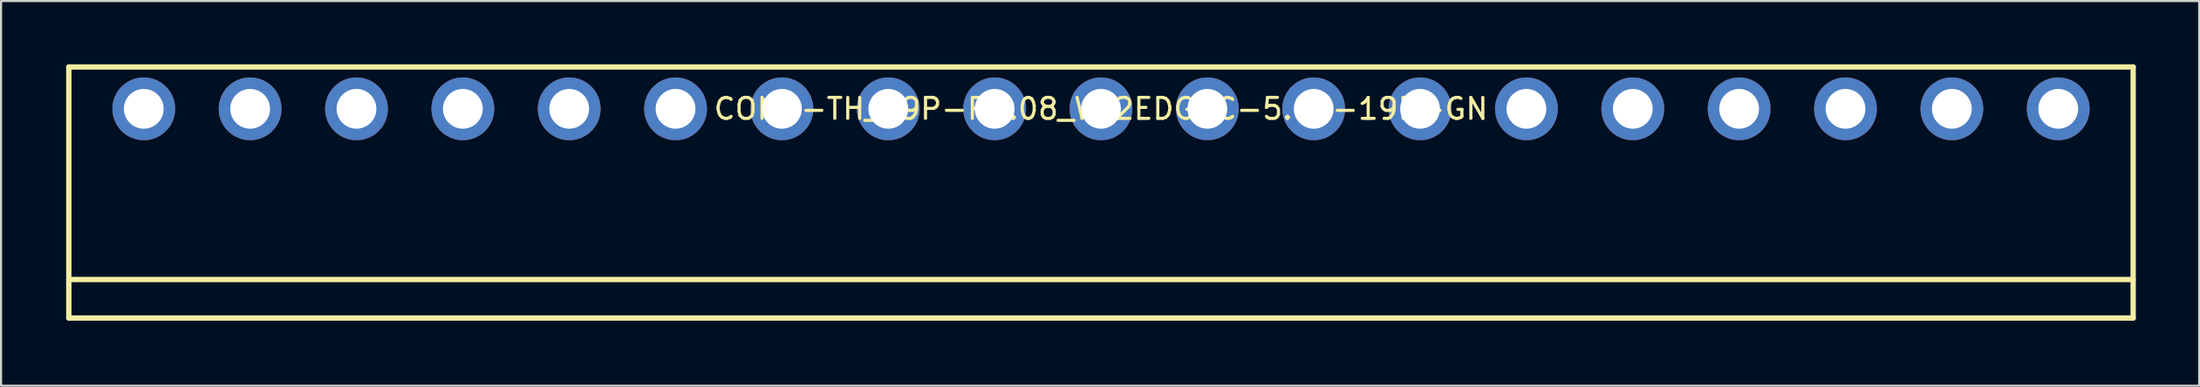
<source format=kicad_pcb>
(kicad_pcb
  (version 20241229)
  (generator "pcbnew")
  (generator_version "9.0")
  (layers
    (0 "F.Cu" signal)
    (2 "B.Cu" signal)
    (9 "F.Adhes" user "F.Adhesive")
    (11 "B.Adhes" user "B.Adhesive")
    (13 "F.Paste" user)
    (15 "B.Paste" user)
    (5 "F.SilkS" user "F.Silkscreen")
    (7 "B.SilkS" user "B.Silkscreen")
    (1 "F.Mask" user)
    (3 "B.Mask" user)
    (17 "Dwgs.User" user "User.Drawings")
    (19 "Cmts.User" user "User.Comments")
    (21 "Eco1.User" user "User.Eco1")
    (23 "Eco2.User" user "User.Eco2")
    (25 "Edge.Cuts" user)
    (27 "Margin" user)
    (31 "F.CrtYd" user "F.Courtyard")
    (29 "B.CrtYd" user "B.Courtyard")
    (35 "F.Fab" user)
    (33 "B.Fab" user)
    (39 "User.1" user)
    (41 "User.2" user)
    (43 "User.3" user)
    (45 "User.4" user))
  (footprint "CONN-TH_19P-P5.08_WJ2EDGRC-5.08-19P-GN"
    (layer "F.Cu")
    (at 49.537 2.152)
    (property "Reference" "CONN-TH_19P-P5.08_WJ2EDGRC-5.08-19P-GN" (at 0 0 0) (unlocked yes) (layer "F.SilkS") (effects (font (size 1 1) (thickness 0.15))))
    (fp_line (start -49.3 -2) (end -49.3 10) (stroke (width 0.254) (type default)) (layer "F.SilkS"))
    (fp_line (start -49.3 -2) (end 49.3 -2) (stroke (width 0.254) (type default)) (layer "F.SilkS"))
    (fp_line (start -49.3 8.159) (end 49.3 8.159) (stroke (width 0.254) (type default)) (layer "F.SilkS"))
    (fp_line (start -49.3 10) (end 49.3 10) (stroke (width 0.254) (type default)) (layer "F.SilkS"))
    (fp_line (start 49.3 -2) (end 49.3 10) (stroke (width 0.254) (type default)) (layer "F.SilkS"))
    (fp_poly (pts (xy -44.87 0) (xy -44.889 -0.177) (xy -44.943 -0.346) (xy -45.032 -0.5) (xy -45.151 -0.632) (xy -45.295 -0.736) (xy -45.457 -0.808) (xy -45.631 -0.845) (xy -45.809 -0.845) (xy -45.983 -0.808) (xy -46.145 -0.736) (xy -46.289 -0.632) (xy -46.408 -0.5) (xy -46.497 -0.346) (xy -46.551 -0.177) (xy -46.57 0) (xy -46.551 0.177) (xy -46.497 0.346) (xy -46.408 0.5) (xy -46.289 0.632) (xy -46.145 0.736) (xy -45.983 0.808) (xy -45.809 0.845) (xy -45.631 0.845) (xy -45.457 0.808) (xy -45.295 0.736) (xy -45.151 0.632) (xy -45.032 0.5) (xy -44.943 0.346) (xy -44.889 0.177)) (stroke (width 0.1) (type default)) (fill no) (layer "User.1"))
    (fp_poly (pts (xy -39.79 0) (xy -39.809 -0.177) (xy -39.863 -0.346) (xy -39.952 -0.5) (xy -40.071 -0.632) (xy -40.215 -0.736) (xy -40.377 -0.808) (xy -40.551 -0.845) (xy -40.729 -0.845) (xy -40.903 -0.808) (xy -41.065 -0.736) (xy -41.209 -0.632) (xy -41.328 -0.5) (xy -41.417 -0.346) (xy -41.471 -0.177) (xy -41.49 0) (xy -41.471 0.177) (xy -41.417 0.346) (xy -41.328 0.5) (xy -41.209 0.632) (xy -41.065 0.736) (xy -40.903 0.808) (xy -40.729 0.845) (xy -40.551 0.845) (xy -40.377 0.808) (xy -40.215 0.736) (xy -40.071 0.632) (xy -39.952 0.5) (xy -39.863 0.346) (xy -39.809 0.177)) (stroke (width 0.1) (type default)) (fill no) (layer "User.1"))
    (fp_poly (pts (xy -34.71 0) (xy -34.729 -0.177) (xy -34.783 -0.346) (xy -34.872 -0.5) (xy -34.991 -0.632) (xy -35.135 -0.736) (xy -35.297 -0.808) (xy -35.471 -0.845) (xy -35.649 -0.845) (xy -35.823 -0.808) (xy -35.985 -0.736) (xy -36.129 -0.632) (xy -36.248 -0.5) (xy -36.337 -0.346) (xy -36.391 -0.177) (xy -36.41 0) (xy -36.391 0.177) (xy -36.337 0.346) (xy -36.248 0.5) (xy -36.129 0.632) (xy -35.985 0.736) (xy -35.823 0.808) (xy -35.649 0.845) (xy -35.471 0.845) (xy -35.297 0.808) (xy -35.135 0.736) (xy -34.991 0.632) (xy -34.872 0.5) (xy -34.783 0.346) (xy -34.729 0.177)) (stroke (width 0.1) (type default)) (fill no) (layer "User.1"))
    (fp_poly (pts (xy -29.63 0) (xy -29.649 -0.177) (xy -29.703 -0.346) (xy -29.792 -0.5) (xy -29.911 -0.632) (xy -30.055 -0.736) (xy -30.217 -0.808) (xy -30.391 -0.845) (xy -30.569 -0.845) (xy -30.743 -0.808) (xy -30.905 -0.736) (xy -31.049 -0.632) (xy -31.168 -0.5) (xy -31.257 -0.346) (xy -31.311 -0.177) (xy -31.33 0) (xy -31.311 0.177) (xy -31.257 0.346) (xy -31.168 0.5) (xy -31.049 0.632) (xy -30.905 0.736) (xy -30.743 0.808) (xy -30.569 0.845) (xy -30.391 0.845) (xy -30.217 0.808) (xy -30.055 0.736) (xy -29.911 0.632) (xy -29.792 0.5) (xy -29.703 0.346) (xy -29.649 0.177)) (stroke (width 0.1) (type default)) (fill no) (layer "User.1"))
    (fp_poly (pts (xy -24.55 0) (xy -24.569 -0.177) (xy -24.623 -0.346) (xy -24.712 -0.5) (xy -24.831 -0.632) (xy -24.975 -0.736) (xy -25.137 -0.808) (xy -25.311 -0.845) (xy -25.489 -0.845) (xy -25.663 -0.808) (xy -25.825 -0.736) (xy -25.969 -0.632) (xy -26.088 -0.5) (xy -26.177 -0.346) (xy -26.231 -0.177) (xy -26.25 0) (xy -26.231 0.177) (xy -26.177 0.346) (xy -26.088 0.5) (xy -25.969 0.632) (xy -25.825 0.736) (xy -25.663 0.808) (xy -25.489 0.845) (xy -25.311 0.845) (xy -25.137 0.808) (xy -24.975 0.736) (xy -24.831 0.632) (xy -24.712 0.5) (xy -24.623 0.346) (xy -24.569 0.177)) (stroke (width 0.1) (type default)) (fill no) (layer "User.1"))
    (fp_poly (pts (xy -19.47 0) (xy -19.489 -0.177) (xy -19.543 -0.346) (xy -19.632 -0.5) (xy -19.751 -0.632) (xy -19.895 -0.736) (xy -20.057 -0.808) (xy -20.231 -0.845) (xy -20.409 -0.845) (xy -20.583 -0.808) (xy -20.745 -0.736) (xy -20.889 -0.632) (xy -21.008 -0.5) (xy -21.097 -0.346) (xy -21.151 -0.177) (xy -21.17 0) (xy -21.151 0.177) (xy -21.097 0.346) (xy -21.008 0.5) (xy -20.889 0.632) (xy -20.745 0.736) (xy -20.583 0.808) (xy -20.409 0.845) (xy -20.231 0.845) (xy -20.057 0.808) (xy -19.895 0.736) (xy -19.751 0.632) (xy -19.632 0.5) (xy -19.543 0.346) (xy -19.489 0.177)) (stroke (width 0.1) (type default)) (fill no) (layer "User.1"))
    (fp_poly (pts (xy -14.39 0) (xy -14.409 -0.177) (xy -14.463 -0.346) (xy -14.552 -0.5) (xy -14.671 -0.632) (xy -14.815 -0.736) (xy -14.977 -0.808) (xy -15.151 -0.845) (xy -15.329 -0.845) (xy -15.503 -0.808) (xy -15.665 -0.736) (xy -15.809 -0.632) (xy -15.928 -0.5) (xy -16.017 -0.346) (xy -16.071 -0.177) (xy -16.09 0) (xy -16.071 0.177) (xy -16.017 0.346) (xy -15.928 0.5) (xy -15.809 0.632) (xy -15.665 0.736) (xy -15.503 0.808) (xy -15.329 0.845) (xy -15.151 0.845) (xy -14.977 0.808) (xy -14.815 0.736) (xy -14.671 0.632) (xy -14.552 0.5) (xy -14.463 0.346) (xy -14.409 0.177)) (stroke (width 0.1) (type default)) (fill no) (layer "User.1"))
    (fp_poly (pts (xy -9.31 0) (xy -9.329 -0.177) (xy -9.383 -0.346) (xy -9.472 -0.5) (xy -9.591 -0.632) (xy -9.735 -0.736) (xy -9.897 -0.808) (xy -10.071 -0.845) (xy -10.249 -0.845) (xy -10.423 -0.808) (xy -10.585 -0.736) (xy -10.729 -0.632) (xy -10.848 -0.5) (xy -10.937 -0.346) (xy -10.991 -0.177) (xy -11.01 0) (xy -10.991 0.177) (xy -10.937 0.346) (xy -10.848 0.5) (xy -10.729 0.632) (xy -10.585 0.736) (xy -10.423 0.808) (xy -10.249 0.845) (xy -10.071 0.845) (xy -9.897 0.808) (xy -9.735 0.736) (xy -9.591 0.632) (xy -9.472 0.5) (xy -9.383 0.346) (xy -9.329 0.177)) (stroke (width 0.1) (type default)) (fill no) (layer "User.1"))
    (fp_poly (pts (xy -4.23 0) (xy -4.249 -0.177) (xy -4.303 -0.346) (xy -4.392 -0.5) (xy -4.511 -0.632) (xy -4.655 -0.736) (xy -4.817 -0.808) (xy -4.991 -0.845) (xy -5.169 -0.845) (xy -5.343 -0.808) (xy -5.505 -0.736) (xy -5.649 -0.632) (xy -5.768 -0.5) (xy -5.857 -0.346) (xy -5.911 -0.177) (xy -5.93 0) (xy -5.911 0.177) (xy -5.857 0.346) (xy -5.768 0.5) (xy -5.649 0.632) (xy -5.505 0.736) (xy -5.343 0.808) (xy -5.169 0.845) (xy -4.991 0.845) (xy -4.817 0.808) (xy -4.655 0.736) (xy -4.511 0.632) (xy -4.392 0.5) (xy -4.303 0.346) (xy -4.249 0.177)) (stroke (width 0.1) (type default)) (fill no) (layer "User.1"))
    (fp_poly (pts (xy 0.85 0) (xy 0.831 -0.177) (xy 0.777 -0.346) (xy 0.688 -0.5) (xy 0.569 -0.632) (xy 0.425 -0.736) (xy 0.263 -0.808) (xy 0.089 -0.845) (xy -0.089 -0.845) (xy -0.263 -0.808) (xy -0.425 -0.736) (xy -0.569 -0.632) (xy -0.688 -0.5) (xy -0.777 -0.346) (xy -0.831 -0.177) (xy -0.85 0) (xy -0.831 0.177) (xy -0.777 0.346) (xy -0.688 0.5) (xy -0.569 0.632) (xy -0.425 0.736) (xy -0.263 0.808) (xy -0.089 0.845) (xy 0.089 0.845) (xy 0.263 0.808) (xy 0.425 0.736) (xy 0.569 0.632) (xy 0.688 0.5) (xy 0.777 0.346) (xy 0.831 0.177)) (stroke (width 0.1) (type default)) (fill no) (layer "User.1"))
    (fp_poly (pts (xy 5.93 0) (xy 5.911 -0.177) (xy 5.857 -0.346) (xy 5.768 -0.5) (xy 5.649 -0.632) (xy 5.505 -0.736) (xy 5.343 -0.808) (xy 5.169 -0.845) (xy 4.991 -0.845) (xy 4.817 -0.808) (xy 4.655 -0.736) (xy 4.511 -0.632) (xy 4.392 -0.5) (xy 4.303 -0.346) (xy 4.249 -0.177) (xy 4.23 0) (xy 4.249 0.177) (xy 4.303 0.346) (xy 4.392 0.5) (xy 4.511 0.632) (xy 4.655 0.736) (xy 4.817 0.808) (xy 4.991 0.845) (xy 5.169 0.845) (xy 5.343 0.808) (xy 5.505 0.736) (xy 5.649 0.632) (xy 5.768 0.5) (xy 5.857 0.346) (xy 5.911 0.177)) (stroke (width 0.1) (type default)) (fill no) (layer "User.1"))
    (fp_poly (pts (xy 11.01 0) (xy 10.991 -0.177) (xy 10.937 -0.346) (xy 10.848 -0.5) (xy 10.729 -0.632) (xy 10.585 -0.736) (xy 10.423 -0.808) (xy 10.249 -0.845) (xy 10.071 -0.845) (xy 9.897 -0.808) (xy 9.735 -0.736) (xy 9.591 -0.632) (xy 9.472 -0.5) (xy 9.383 -0.346) (xy 9.329 -0.177) (xy 9.31 0) (xy 9.329 0.177) (xy 9.383 0.346) (xy 9.472 0.5) (xy 9.591 0.632) (xy 9.735 0.736) (xy 9.897 0.808) (xy 10.071 0.845) (xy 10.249 0.845) (xy 10.423 0.808) (xy 10.585 0.736) (xy 10.729 0.632) (xy 10.848 0.5) (xy 10.937 0.346) (xy 10.991 0.177)) (stroke (width 0.1) (type default)) (fill no) (layer "User.1"))
    (fp_poly (pts (xy 16.09 0) (xy 16.071 -0.177) (xy 16.017 -0.346) (xy 15.928 -0.5) (xy 15.809 -0.632) (xy 15.665 -0.736) (xy 15.503 -0.808) (xy 15.329 -0.845) (xy 15.151 -0.845) (xy 14.977 -0.808) (xy 14.815 -0.736) (xy 14.671 -0.632) (xy 14.552 -0.5) (xy 14.463 -0.346) (xy 14.409 -0.177) (xy 14.39 0) (xy 14.409 0.177) (xy 14.463 0.346) (xy 14.552 0.5) (xy 14.671 0.632) (xy 14.815 0.736) (xy 14.977 0.808) (xy 15.151 0.845) (xy 15.329 0.845) (xy 15.503 0.808) (xy 15.665 0.736) (xy 15.809 0.632) (xy 15.928 0.5) (xy 16.017 0.346) (xy 16.071 0.177)) (stroke (width 0.1) (type default)) (fill no) (layer "User.1"))
    (fp_poly (pts (xy 21.17 0) (xy 21.151 -0.177) (xy 21.097 -0.346) (xy 21.008 -0.5) (xy 20.889 -0.632) (xy 20.745 -0.736) (xy 20.583 -0.808) (xy 20.409 -0.845) (xy 20.231 -0.845) (xy 20.057 -0.808) (xy 19.895 -0.736) (xy 19.751 -0.632) (xy 19.632 -0.5) (xy 19.543 -0.346) (xy 19.489 -0.177) (xy 19.47 0) (xy 19.489 0.177) (xy 19.543 0.346) (xy 19.632 0.5) (xy 19.751 0.632) (xy 19.895 0.736) (xy 20.057 0.808) (xy 20.231 0.845) (xy 20.409 0.845) (xy 20.583 0.808) (xy 20.745 0.736) (xy 20.889 0.632) (xy 21.008 0.5) (xy 21.097 0.346) (xy 21.151 0.177)) (stroke (width 0.1) (type default)) (fill no) (layer "User.1"))
    (fp_poly (pts (xy 26.25 0) (xy 26.231 -0.177) (xy 26.177 -0.346) (xy 26.088 -0.5) (xy 25.969 -0.632) (xy 25.825 -0.736) (xy 25.663 -0.808) (xy 25.489 -0.845) (xy 25.311 -0.845) (xy 25.137 -0.808) (xy 24.975 -0.736) (xy 24.831 -0.632) (xy 24.712 -0.5) (xy 24.623 -0.346) (xy 24.569 -0.177) (xy 24.55 0) (xy 24.569 0.177) (xy 24.623 0.346) (xy 24.712 0.5) (xy 24.831 0.632) (xy 24.975 0.736) (xy 25.137 0.808) (xy 25.311 0.845) (xy 25.489 0.845) (xy 25.663 0.808) (xy 25.825 0.736) (xy 25.969 0.632) (xy 26.088 0.5) (xy 26.177 0.346) (xy 26.231 0.177)) (stroke (width 0.1) (type default)) (fill no) (layer "User.1"))
    (fp_poly (pts (xy 31.33 0) (xy 31.311 -0.177) (xy 31.257 -0.346) (xy 31.168 -0.5) (xy 31.049 -0.632) (xy 30.905 -0.736) (xy 30.743 -0.808) (xy 30.569 -0.845) (xy 30.391 -0.845) (xy 30.217 -0.808) (xy 30.055 -0.736) (xy 29.911 -0.632) (xy 29.792 -0.5) (xy 29.703 -0.346) (xy 29.649 -0.177) (xy 29.63 0) (xy 29.649 0.177) (xy 29.703 0.346) (xy 29.792 0.5) (xy 29.911 0.632) (xy 30.055 0.736) (xy 30.217 0.808) (xy 30.391 0.845) (xy 30.569 0.845) (xy 30.743 0.808) (xy 30.905 0.736) (xy 31.049 0.632) (xy 31.168 0.5) (xy 31.257 0.346) (xy 31.311 0.177)) (stroke (width 0.1) (type default)) (fill no) (layer "User.1"))
    (fp_poly (pts (xy 36.41 0) (xy 36.391 -0.177) (xy 36.337 -0.346) (xy 36.248 -0.5) (xy 36.129 -0.632) (xy 35.985 -0.736) (xy 35.823 -0.808) (xy 35.649 -0.845) (xy 35.471 -0.845) (xy 35.297 -0.808) (xy 35.135 -0.736) (xy 34.991 -0.632) (xy 34.872 -0.5) (xy 34.783 -0.346) (xy 34.729 -0.177) (xy 34.71 0) (xy 34.729 0.177) (xy 34.783 0.346) (xy 34.872 0.5) (xy 34.991 0.632) (xy 35.135 0.736) (xy 35.297 0.808) (xy 35.471 0.845) (xy 35.649 0.845) (xy 35.823 0.808) (xy 35.985 0.736) (xy 36.129 0.632) (xy 36.248 0.5) (xy 36.337 0.346) (xy 36.391 0.177)) (stroke (width 0.1) (type default)) (fill no) (layer "User.1"))
    (fp_poly (pts (xy 41.49 0) (xy 41.471 -0.177) (xy 41.417 -0.346) (xy 41.328 -0.5) (xy 41.209 -0.632) (xy 41.065 -0.736) (xy 40.903 -0.808) (xy 40.729 -0.845) (xy 40.551 -0.845) (xy 40.377 -0.808) (xy 40.215 -0.736) (xy 40.071 -0.632) (xy 39.952 -0.5) (xy 39.863 -0.346) (xy 39.809 -0.177) (xy 39.79 0) (xy 39.809 0.177) (xy 39.863 0.346) (xy 39.952 0.5) (xy 40.071 0.632) (xy 40.215 0.736) (xy 40.377 0.808) (xy 40.551 0.845) (xy 40.729 0.845) (xy 40.903 0.808) (xy 41.065 0.736) (xy 41.209 0.632) (xy 41.328 0.5) (xy 41.417 0.346) (xy 41.471 0.177)) (stroke (width 0.1) (type default)) (fill no) (layer "User.1"))
    (fp_poly (pts (xy 46.57 0) (xy 46.551 -0.177) (xy 46.497 -0.346) (xy 46.408 -0.5) (xy 46.289 -0.632) (xy 46.145 -0.736) (xy 45.983 -0.808) (xy 45.809 -0.845) (xy 45.631 -0.845) (xy 45.457 -0.808) (xy 45.295 -0.736) (xy 45.151 -0.632) (xy 45.032 -0.5) (xy 44.943 -0.346) (xy 44.889 -0.177) (xy 44.87 0) (xy 44.889 0.177) (xy 44.943 0.346) (xy 45.032 0.5) (xy 45.151 0.632) (xy 45.295 0.736) (xy 45.457 0.808) (xy 45.631 0.845) (xy 45.809 0.845) (xy 45.983 0.808) (xy 46.145 0.736) (xy 46.289 0.632) (xy 46.408 0.5) (xy 46.497 0.346) (xy 46.551 0.177)) (stroke (width 0.1) (type default)) (fill no) (layer "User.1"))
    (fp_line (start -49.427 -2.127) (end 49.427 -2.127) (stroke (width 0.051) (type default)) (layer "User.2"))
    (fp_line (start -49.427 10.127) (end -49.427 -2.127) (stroke (width 0.051) (type default)) (layer "User.2"))
    (fp_line (start 49.427 -2.127) (end 49.427 10.127) (stroke (width 0.051) (type default)) (layer "User.2"))
    (fp_line (start 49.427 10.127) (end -49.427 10.127) (stroke (width 0.051) (type default)) (layer "User.2"))
    (fp_poly (pts (xy -49.367 10.127) (xy -49.385 10.085) (xy -49.427 10.067) (xy -49.469 10.085) (xy -49.487 10.127) (xy -49.469 10.169) (xy -49.427 10.187) (xy -49.385 10.169)) (stroke (width 0.1) (type default)) (fill no) (layer "User.3"))
    (pad "1" thru_hole circle (at -45.72 0) (size 3 3) (drill 1.9) (layers "*.Cu" "*.Mask"))
    (pad "2" thru_hole circle (at -40.64 0) (size 3 3) (drill 1.9) (layers "*.Cu" "*.Mask"))
    (pad "3" thru_hole circle (at -35.56 0) (size 3 3) (drill 1.9) (layers "*.Cu" "*.Mask"))
    (pad "4" thru_hole circle (at -30.48 0) (size 3 3) (drill 1.9) (layers "*.Cu" "*.Mask"))
    (pad "5" thru_hole circle (at -25.4 0) (size 3 3) (drill 1.9) (layers "*.Cu" "*.Mask"))
    (pad "6" thru_hole circle (at -20.32 0) (size 3 3) (drill 1.9) (layers "*.Cu" "*.Mask"))
    (pad "7" thru_hole circle (at -15.24 0) (size 3 3) (drill 1.9) (layers "*.Cu" "*.Mask"))
    (pad "8" thru_hole circle (at -10.16 0) (size 3 3) (drill 1.9) (layers "*.Cu" "*.Mask"))
    (pad "9" thru_hole circle (at -5.08 0) (size 3 3) (drill 1.9) (layers "*.Cu" "*.Mask"))
    (pad "10" thru_hole circle (at 0 0) (size 3 3) (drill 1.9) (layers "*.Cu" "*.Mask"))
    (pad "11" thru_hole circle (at 5.08 0) (size 3 3) (drill 1.9) (layers "*.Cu" "*.Mask"))
    (pad "12" thru_hole circle (at 10.16 0) (size 3 3) (drill 1.9) (layers "*.Cu" "*.Mask"))
    (pad "13" thru_hole circle (at 15.24 0) (size 3 3) (drill 1.9) (layers "*.Cu" "*.Mask"))
    (pad "14" thru_hole circle (at 20.32 0) (size 3 3) (drill 1.9) (layers "*.Cu" "*.Mask"))
    (pad "15" thru_hole circle (at 25.4 0) (size 3 3) (drill 1.9) (layers "*.Cu" "*.Mask"))
    (pad "16" thru_hole circle (at 30.48 0) (size 3 3) (drill 1.9) (layers "*.Cu" "*.Mask"))
    (pad "17" thru_hole circle (at 35.56 0) (size 3 3) (drill 1.9) (layers "*.Cu" "*.Mask"))
    (pad "18" thru_hole circle (at 40.64 0) (size 3 3) (drill 1.9) (layers "*.Cu" "*.Mask"))
    (pad "19" thru_hole circle (at 45.72 0) (size 3 3) (drill 1.9) (layers "*.Cu" "*.Mask")))
  (gr_rect
    (start -3 -3)
    (end 101.99 15.389)
    (stroke (width 0.1) (type default))
    (fill no)
    (layer "Edge.Cuts")))
</source>
